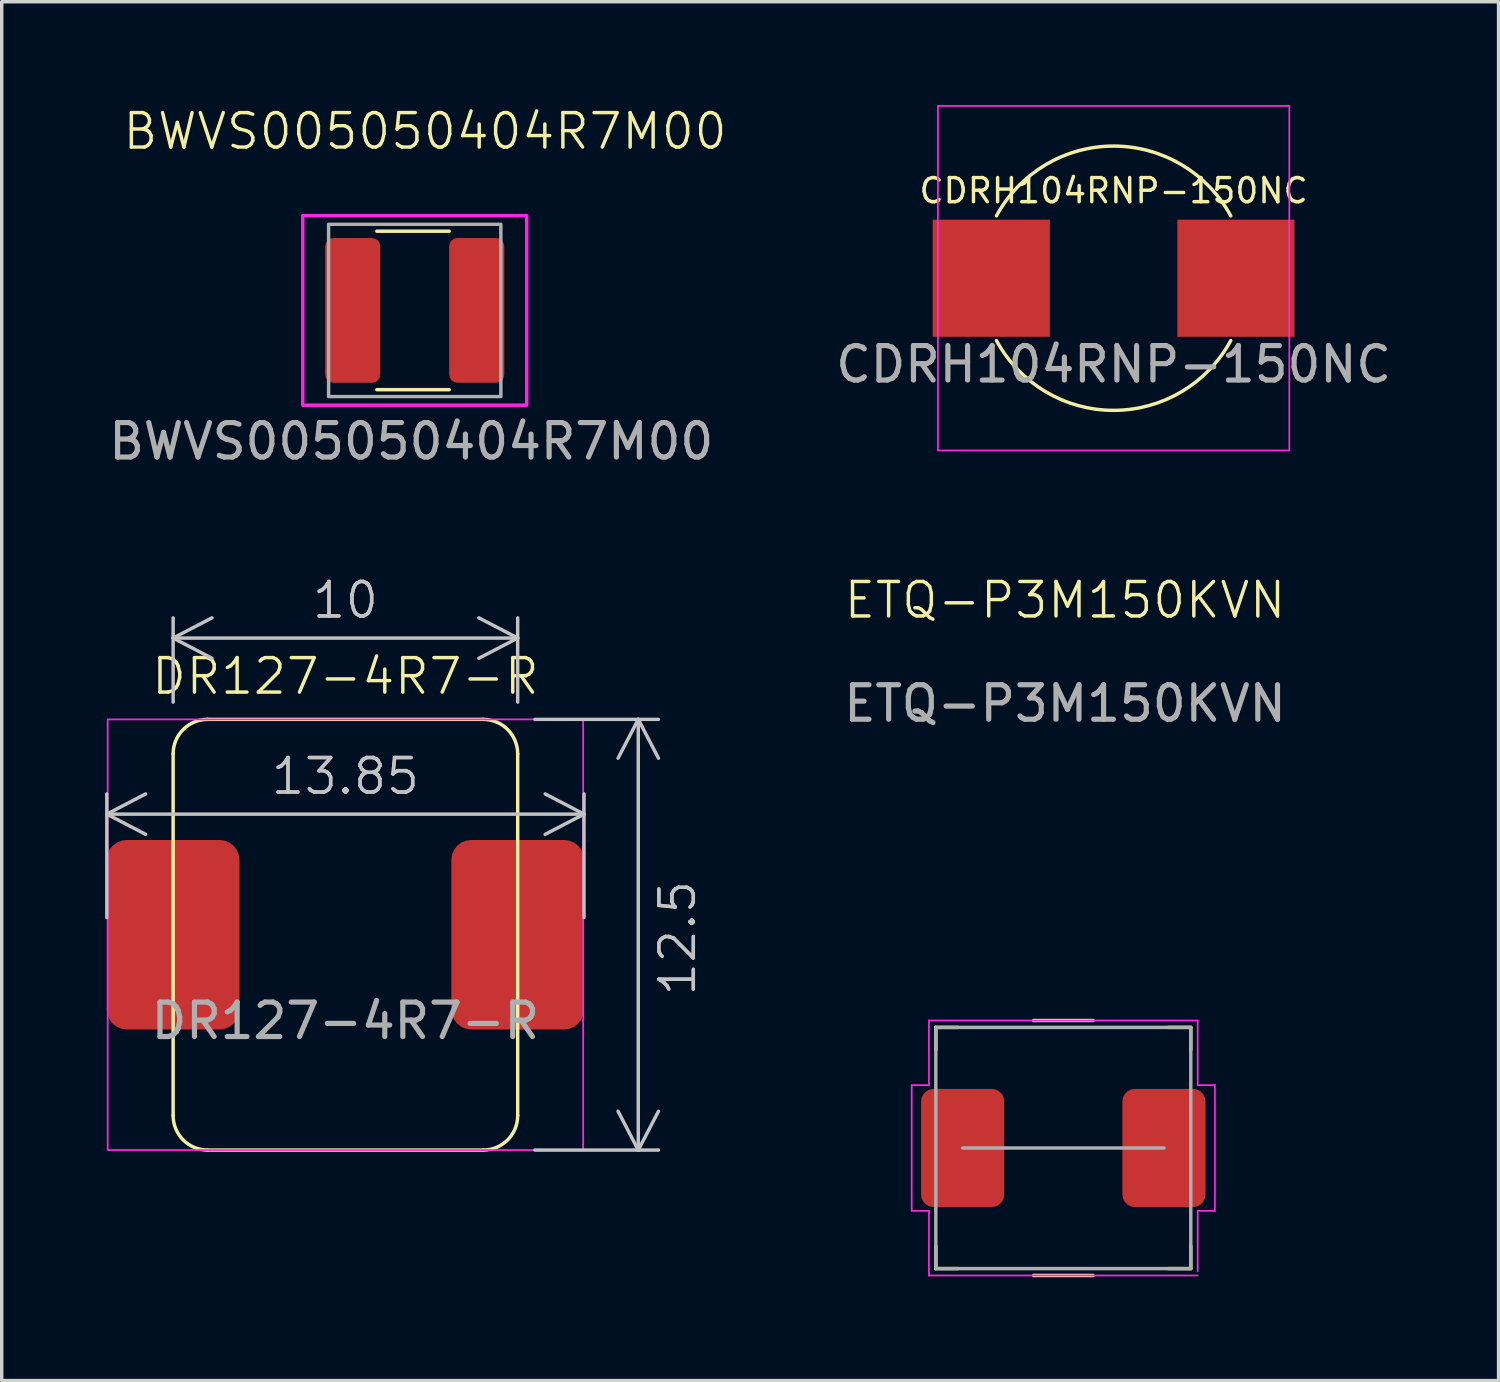
<source format=kicad_pcb>
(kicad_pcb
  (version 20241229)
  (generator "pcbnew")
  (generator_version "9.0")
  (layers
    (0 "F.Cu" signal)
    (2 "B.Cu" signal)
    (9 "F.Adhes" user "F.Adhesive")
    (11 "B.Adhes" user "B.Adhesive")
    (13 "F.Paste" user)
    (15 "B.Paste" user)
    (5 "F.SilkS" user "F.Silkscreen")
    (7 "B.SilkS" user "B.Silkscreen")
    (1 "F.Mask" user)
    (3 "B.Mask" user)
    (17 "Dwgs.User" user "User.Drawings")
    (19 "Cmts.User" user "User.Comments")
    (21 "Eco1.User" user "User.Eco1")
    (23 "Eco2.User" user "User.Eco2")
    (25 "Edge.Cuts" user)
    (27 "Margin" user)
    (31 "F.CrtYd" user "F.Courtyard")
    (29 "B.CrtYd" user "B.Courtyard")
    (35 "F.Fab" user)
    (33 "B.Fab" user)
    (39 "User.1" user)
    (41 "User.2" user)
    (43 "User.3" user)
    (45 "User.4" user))
  (footprint "ETQ-P3M150KVN"
    (layer "F.Cu")
    (at 27.811 30.269)
    (property "Reference" "ETQ-P3M150KVN" (at 0.05 -15.9 0) (unlocked yes) (layer "F.SilkS") (effects (font (size 1 1) (thickness 0.1))))
    (attr smd)
    (fp_line (start -3.7 -3.5) (end -3.7 -2.85) (stroke (width 0.1) (type default)) (layer "F.SilkS"))
    (fp_line (start -3.7 -3.5) (end -3.05 -3.5) (stroke (width 0.1) (type default)) (layer "F.SilkS"))
    (fp_line (start -3.7 3.5) (end -3.7 2.85) (stroke (width 0.1) (type default)) (layer "F.SilkS"))
    (fp_line (start -3.7 3.5) (end -3.05 3.5) (stroke (width 0.1) (type default)) (layer "F.SilkS"))
    (fp_line (start -0.863 -3.7) (end 0.863 -3.7) (stroke (width 0.1) (type default)) (layer "F.SilkS"))
    (fp_line (start 0.863 3.7) (end -0.863 3.7) (stroke (width 0.1) (type default)) (layer "F.SilkS"))
    (fp_line (start 3.7 -3.5) (end 3.05 -3.5) (stroke (width 0.1) (type default)) (layer "F.SilkS"))
    (fp_line (start 3.7 -3.5) (end 3.7 -2.85) (stroke (width 0.1) (type default)) (layer "F.SilkS"))
    (fp_line (start 3.7 3.5) (end 3.05 3.5) (stroke (width 0.1) (type default)) (layer "F.SilkS"))
    (fp_line (start 3.7 3.5) (end 3.7 2.85) (stroke (width 0.1) (type default)) (layer "F.SilkS"))
    (fp_line (start -4.4 -1.825) (end -4.4 1.825) (stroke (width 0.05) (type default)) (layer "F.CrtYd"))
    (fp_line (start -4.4 1.825) (end -3.9 1.825) (stroke (width 0.05) (type default)) (layer "F.CrtYd"))
    (fp_line (start -3.9 -3.7) (end -3.9 -1.825) (stroke (width 0.05) (type default)) (layer "F.CrtYd"))
    (fp_line (start -3.9 -1.825) (end -4.4 -1.825) (stroke (width 0.05) (type default)) (layer "F.CrtYd"))
    (fp_line (start -3.9 1.825) (end -3.9 3.7) (stroke (width 0.05) (type default)) (layer "F.CrtYd"))
    (fp_line (start -3.9 3.7) (end 3.9 3.7) (stroke (width 0.05) (type default)) (layer "F.CrtYd"))
    (fp_line (start 3.9 -3.7) (end -3.9 -3.7) (stroke (width 0.05) (type default)) (layer "F.CrtYd"))
    (fp_line (start 3.9 -1.825) (end 3.9 -3.7) (stroke (width 0.05) (type default)) (layer "F.CrtYd"))
    (fp_line (start 3.9 1.825) (end 4.4 1.825) (stroke (width 0.05) (type default)) (layer "F.CrtYd"))
    (fp_line (start 3.9 3.575) (end 3.9 1.825) (stroke (width 0.05) (type default)) (layer "F.CrtYd"))
    (fp_line (start 4.4 -1.825) (end 3.9 -1.825) (stroke (width 0.05) (type default)) (layer "F.CrtYd"))
    (fp_line (start 4.4 1.825) (end 4.4 -1.825) (stroke (width 0.05) (type default)) (layer "F.CrtYd"))
    (fp_line (start -2.921 0) (end 2.921 0) (stroke (width 0.1) (type solid)) (layer "F.Fab"))
    (fp_rect (start -3.7 -3.5) (end 3.7 3.5) (stroke (width 0.1) (type solid)) (fill no) (layer "F.Fab"))
    (fp_text user "${REFERENCE}" (at 0.05 -12.9 0) (unlocked yes) (layer "F.Fab") (effects (font (size 1 1) (thickness 0.15))))
    (pad "1" smd roundrect (at 2.921 0) (size 2.413 3.429) (layers "F.Cu" "F.Mask" "F.Paste") (roundrect_rratio 0.15))
    (pad "2" smd roundrect (at -2.921 0) (size 2.413 3.429) (layers "F.Cu" "F.Mask" "F.Paste") (roundrect_rratio 0.15)))
  (footprint "DR127-4R7-R"
    (layer "F.Cu")
    (at 6.975 24.079)
    (property "Reference" "DR127-4R7-R" (at 0 -7.5 0) (unlocked yes) (layer "F.SilkS") (effects (font (size 1 1) (thickness 0.1))))
    (attr smd)
    (fp_line (start -5 5.25) (end -5 -5.25) (stroke (width 0.1) (type default)) (layer "F.SilkS"))
    (fp_line (start -4 -6.25) (end 4 -6.25) (stroke (width 0.1) (type default)) (layer "F.SilkS"))
    (fp_line (start 4 6.25) (end -4 6.25) (stroke (width 0.1) (type default)) (layer "F.SilkS"))
    (fp_line (start 5 -5.25) (end 5 5.25) (stroke (width 0.1) (type default)) (layer "F.SilkS"))
    (fp_arc (start -5 -5.25) (mid -4.707107 -5.957107) (end -4 -6.25) (stroke (width 0.1) (type default)) (layer "F.SilkS"))
    (fp_arc (start -4 6.25) (mid -4.707107 5.957107) (end -5 5.25) (stroke (width 0.1) (type default)) (layer "F.SilkS"))
    (fp_arc (start 4 -6.25) (mid 4.707107 -5.957107) (end 5 -5.25) (stroke (width 0.1) (type default)) (layer "F.SilkS"))
    (fp_arc (start 5 5.25) (mid 4.707107 5.957107) (end 4 6.25) (stroke (width 0.1) (type default)) (layer "F.SilkS"))
    (fp_rect (start -6.9 -6.25) (end 6.9 6.25) (stroke (width 0.05) (type default)) (fill no) (layer "F.CrtYd"))
    (fp_text user "${REFERENCE}" (at 0 2.5 0) (unlocked yes) (layer "F.Fab") (effects (font (size 1 1) (thickness 0.15))))
    (dimension (type orthogonal) (layer "Dwgs.User") (pts (xy 11.975 30.329) (xy 11.975 17.829)) (height 3.5) (orientation 1) (format (prefix "") (suffix "") (units 3) (units_format 0) (precision 4) (suppress_zeroes yes)) (style (thickness 0.1) (arrow_length 1.27) (text_position_mode 2) (arrow_direction outward) (extension_height 0.586) (extension_offset 0.5) (keep_text_aligned yes)) (gr_text "12.5" (at 16.615 24.179 90) (layer "Dwgs.User") (effects (font (size 1 1) (thickness 0.1)))))
    (dimension (type orthogonal) (layer "Dwgs.User") (pts (xy 11.975 17.829) (xy 1.975 17.829)) (height -2.36) (orientation 0) (format (prefix "") (suffix "") (units 3) (units_format 0) (precision 4) (suppress_zeroes yes)) (style (thickness 0.1) (arrow_length 1.27) (text_position_mode 0) (arrow_direction outward) (extension_height 0.586) (extension_offset 0.5) (keep_text_aligned yes)) (gr_text "10" (at 6.975 14.369 0) (layer "Dwgs.User") (effects (font (size 1 1) (thickness 0.1)))))
    (dimension (type orthogonal) (layer "Dwgs.User") (pts (xy 13.9 24.079) (xy 0.05 24.079)) (height -3.5) (orientation 0) (format (prefix "") (suffix "") (units 3) (units_format 0) (precision 4) (suppress_zeroes yes)) (style (thickness 0.1) (arrow_length 1.27) (text_position_mode 0) (arrow_direction outward) (extension_height 0.586) (extension_offset 0.5) (keep_text_aligned yes)) (gr_text "13.85" (at 6.975 19.479 0) (layer "Dwgs.User") (effects (font (size 1 1) (thickness 0.1)))))
    (pad "1" smd roundrect (at -5 0) (size 3.85 5.5) (layers "F.Cu" "F.Mask" "F.Paste") (roundrect_rratio 0.15))
    (pad "2" smd roundrect (at 5 0) (size 3.85 5.5) (layers "F.Cu" "F.Mask" "F.Paste") (roundrect_rratio 0.15)))
  (footprint "CDRH104RNP-150NC"
    (layer "F.Cu")
    (at 29.271 5.025)
    (property "Reference" "CDRH104RNP-150NC" (at 0 -2.54 0) (unlocked yes) (layer "F.SilkS") (effects (font (size 0.7 0.7) (thickness 0.1))))
    (attr smd)
    (fp_arc (start -3.4 -1.81) (mid 0 -3.835218) (end 3.4 -1.81) (stroke (width 0.1) (type default)) (layer "F.SilkS"))
    (fp_arc (start 3.4 1.81) (mid 0 3.835219) (end -3.4 1.81) (stroke (width 0.1) (type default)) (layer "F.SilkS"))
    (fp_rect (start -5.1 -5) (end 5.1 5) (stroke (width 0.05) (type default)) (fill no) (layer "F.CrtYd"))
    (fp_text user "${REFERENCE}" (at 0 2.5 0) (unlocked yes) (layer "F.Fab") (effects (font (size 1 1) (thickness 0.15))))
    (pad "1" smd rect (at -3.55 0) (size 3.4 3.4) (layers "F.Cu" "F.Mask" "F.Paste"))
    (pad "2" smd rect (at 3.55 0) (size 3.4 3.4) (layers "F.Cu" "F.Mask" "F.Paste")))
  (footprint "BWVS005050404R7M00"
    (layer "F.Cu")
    (at 8.987 5.96)
    (property "Reference" "BWVS005050404R7M00" (at 0.3 -5.2 0) (unlocked yes) (layer "F.SilkS") (effects (font (size 1 1) (thickness 0.1))))
    (attr smd)
    (fp_line (start -1.1 -2.3) (end 1 -2.3) (stroke (width 0.1) (type default)) (layer "F.SilkS"))
    (fp_line (start -1.1 2.3) (end 1 2.3) (stroke (width 0.1) (type default)) (layer "F.SilkS"))
    (fp_rect (start -3.25 -2.75) (end 3.25 2.75) (stroke (width 0.1) (type solid)) (fill no) (layer "F.CrtYd"))
    (fp_rect (start -2.5 -2.5) (end 2.5 2.5) (stroke (width 0.1) (type solid)) (fill no) (layer "F.Fab"))
    (fp_text user "${REFERENCE}" (at -0.1 3.8 0) (unlocked yes) (layer "F.Fab") (effects (font (size 1 1) (thickness 0.15))))
    (pad "1" smd roundrect (at -1.8 0 90) (size 4.2 1.6) (layers "F.Cu" "F.Mask" "F.Paste") (roundrect_rratio 0.15))
    (pad "2" smd roundrect (at 1.8 0 90) (size 4.2 1.6) (layers "F.Cu" "F.Mask" "F.Paste") (roundrect_rratio 0.15)))
  (gr_rect
    (start -3 -3)
    (end 40.444 37.019)
    (stroke (width 0.1) (type default))
    (fill no)
    (layer "Edge.Cuts")))
</source>
